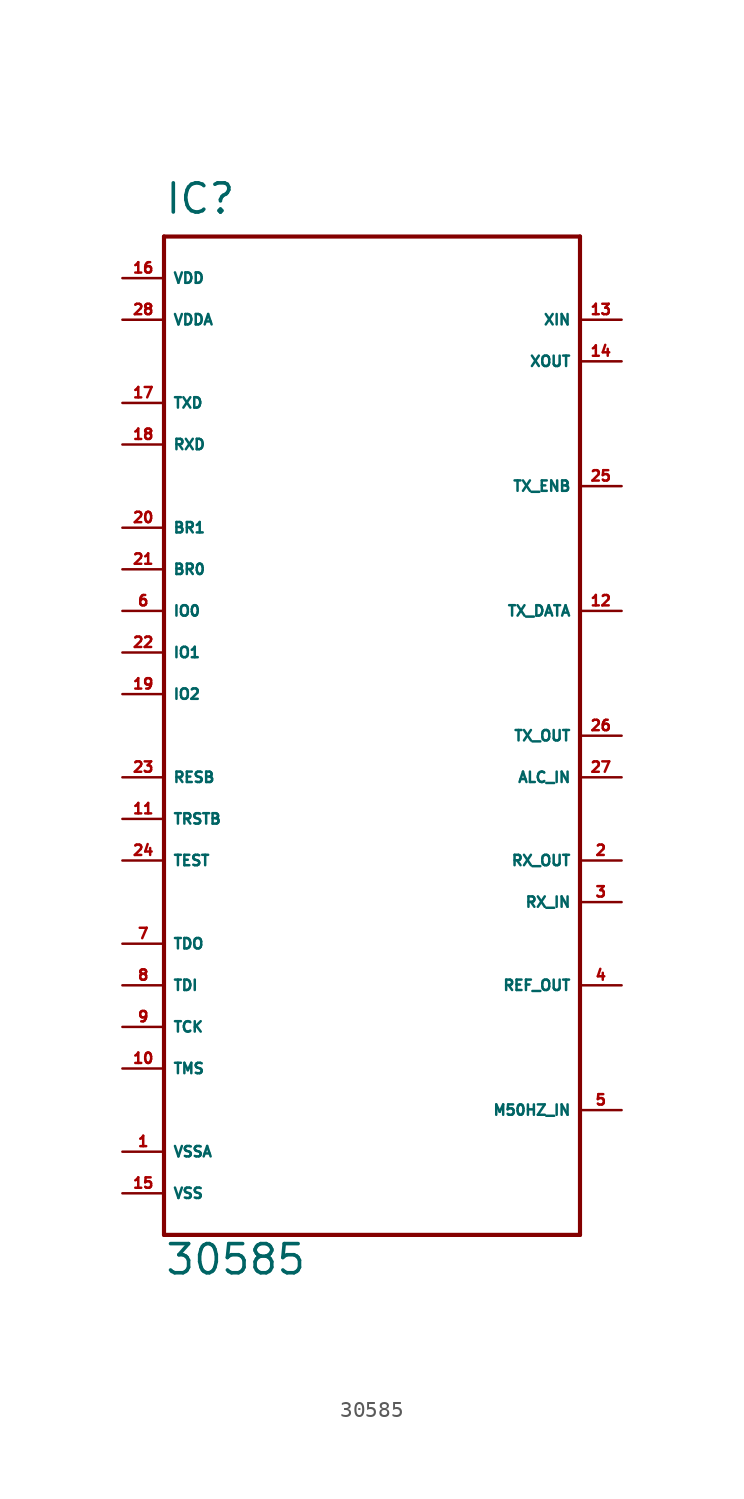
<source format=kicad_sym>
(kicad_symbol_lib
  (version 20220914)
  (generator Eagle2Kicad)
  (symbol "30585"
    (property "Reference" "IC"
      (at -12.7 31.75 0)
      (effects (font (size 1.778 1.778) (thickness 0.22)) (justify left bottom)))
    (property "Value" "30585"
      (at -12.7 -33.02 0)
      (effects (font (size 1.778 1.778) (thickness 0.22)) (justify left bottom)))
    (polyline
      (pts (xy -12.7 30.48) (xy 12.7 30.48))
      (stroke (width 0.254) (type default))
      (fill (type none)))
    (polyline
      (pts (xy 12.7 30.48) (xy 12.7 -30.48))
      (stroke (width 0.254) (type default))
      (fill (type none)))
    (polyline
      (pts (xy 12.7 -30.48) (xy -12.7 -30.48))
      (stroke (width 0.254) (type default))
      (fill (type none)))
    (polyline
      (pts (xy -12.7 -30.48) (xy -12.7 30.48))
      (stroke (width 0.254) (type default))
      (fill (type none)))
    (pin output line
      (at 15.24 0 180)
      (length 2.54)
      (name "TX_OUT" (effects (font (size 0.635 0.635) (thickness 0.08)) (justify left bottom)))
      (number "26" (effects (font (size 0.635 0.635) (thickness 0.08)) (justify left bottom))))
    (pin output line
      (at 15.24 7.62 180)
      (length 2.54)
      (name "TX_DATA" (effects (font (size 0.635 0.635) (thickness 0.08)) (justify left bottom)))
      (number "12" (effects (font (size 0.635 0.635) (thickness 0.08)) (justify left bottom))))
    (pin input line
      (at 15.24 -2.54 180)
      (length 2.54)
      (name "ALC_IN" (effects (font (size 0.635 0.635) (thickness 0.08)) (justify left bottom)))
      (number "27" (effects (font (size 0.635 0.635) (thickness 0.08)) (justify left bottom))))
    (pin input line
      (at 15.24 -7.62 180)
      (length 2.54)
      (name "RX_OUT" (effects (font (size 0.635 0.635) (thickness 0.08)) (justify left bottom)))
      (number "2" (effects (font (size 0.635 0.635) (thickness 0.08)) (justify left bottom))))
    (pin input line
      (at 15.24 -10.16 180)
      (length 2.54)
      (name "RX_IN" (effects (font (size 0.635 0.635) (thickness 0.08)) (justify left bottom)))
      (number "3" (effects (font (size 0.635 0.635) (thickness 0.08)) (justify left bottom))))
    (pin input line
      (at 15.24 -15.24 180)
      (length 2.54)
      (name "REF_OUT" (effects (font (size 0.635 0.635) (thickness 0.08)) (justify left bottom)))
      (number "4" (effects (font (size 0.635 0.635) (thickness 0.08)) (justify left bottom))))
    (pin input line
      (at 15.24 -22.86 180)
      (length 2.54)
      (name "M50HZ_IN" (effects (font (size 0.635 0.635) (thickness 0.08)) (justify left bottom)))
      (number "5" (effects (font (size 0.635 0.635) (thickness 0.08)) (justify left bottom))))
    (pin input line
      (at 15.24 25.4 180)
      (length 2.54)
      (name "XIN" (effects (font (size 0.635 0.635) (thickness 0.08)) (justify left bottom)))
      (number "13" (effects (font (size 0.635 0.635) (thickness 0.08)) (justify left bottom))))
    (pin output line
      (at 15.24 22.86 180)
      (length 2.54)
      (name "XOUT" (effects (font (size 0.635 0.635) (thickness 0.08)) (justify left bottom)))
      (number "14" (effects (font (size 0.635 0.635) (thickness 0.08)) (justify left bottom))))
    (pin output line
      (at -15.24 20.32 0)
      (length 2.54)
      (name "TXD" (effects (font (size 0.635 0.635) (thickness 0.08)) (justify left bottom)))
      (number "17" (effects (font (size 0.635 0.635) (thickness 0.08)) (justify left bottom))))
    (pin input line
      (at -15.24 17.78 0)
      (length 2.54)
      (name "RXD" (effects (font (size 0.635 0.635) (thickness 0.08)) (justify left bottom)))
      (number "18" (effects (font (size 0.635 0.635) (thickness 0.08)) (justify left bottom))))
    (pin input line
      (at -15.24 12.7 0)
      (length 2.54)
      (name "BR1" (effects (font (size 0.635 0.635) (thickness 0.08)) (justify left bottom)))
      (number "20" (effects (font (size 0.635 0.635) (thickness 0.08)) (justify left bottom))))
    (pin input line
      (at -15.24 10.16 0)
      (length 2.54)
      (name "BR0" (effects (font (size 0.635 0.635) (thickness 0.08)) (justify left bottom)))
      (number "21" (effects (font (size 0.635 0.635) (thickness 0.08)) (justify left bottom))))
    (pin input line
      (at -15.24 -2.54 0)
      (length 2.54)
      (name "RESB" (effects (font (size 0.635 0.635) (thickness 0.08)) (justify left bottom)))
      (number "23" (effects (font (size 0.635 0.635) (thickness 0.08)) (justify left bottom))))
    (pin output line
      (at -15.24 7.62 0)
      (length 2.54)
      (name "IO0" (effects (font (size 0.635 0.635) (thickness 0.08)) (justify left bottom)))
      (number "6" (effects (font (size 0.635 0.635) (thickness 0.08)) (justify left bottom))))
    (pin output line
      (at -15.24 5.08 0)
      (length 2.54)
      (name "IO1" (effects (font (size 0.635 0.635) (thickness 0.08)) (justify left bottom)))
      (number "22" (effects (font (size 0.635 0.635) (thickness 0.08)) (justify left bottom))))
    (pin output line
      (at -15.24 2.54 0)
      (length 2.54)
      (name "IO2" (effects (font (size 0.635 0.635) (thickness 0.08)) (justify left bottom)))
      (number "19" (effects (font (size 0.635 0.635) (thickness 0.08)) (justify left bottom))))
    (pin output line
      (at -15.24 -12.7 0)
      (length 2.54)
      (name "TDO" (effects (font (size 0.635 0.635) (thickness 0.08)) (justify left bottom)))
      (number "7" (effects (font (size 0.635 0.635) (thickness 0.08)) (justify left bottom))))
    (pin input line
      (at -15.24 -15.24 0)
      (length 2.54)
      (name "TDI" (effects (font (size 0.635 0.635) (thickness 0.08)) (justify left bottom)))
      (number "8" (effects (font (size 0.635 0.635) (thickness 0.08)) (justify left bottom))))
    (pin input line
      (at -15.24 -17.78 0)
      (length 2.54)
      (name "TCK" (effects (font (size 0.635 0.635) (thickness 0.08)) (justify left bottom)))
      (number "9" (effects (font (size 0.635 0.635) (thickness 0.08)) (justify left bottom))))
    (pin input line
      (at -15.24 -20.32 0)
      (length 2.54)
      (name "TMS" (effects (font (size 0.635 0.635) (thickness 0.08)) (justify left bottom)))
      (number "10" (effects (font (size 0.635 0.635) (thickness 0.08)) (justify left bottom))))
    (pin input line
      (at -15.24 -5.08 0)
      (length 2.54)
      (name "TRSTB" (effects (font (size 0.635 0.635) (thickness 0.08)) (justify left bottom)))
      (number "11" (effects (font (size 0.635 0.635) (thickness 0.08)) (justify left bottom))))
    (pin input line
      (at -15.24 -7.62 0)
      (length 2.54)
      (name "TEST" (effects (font (size 0.635 0.635) (thickness 0.08)) (justify left bottom)))
      (number "24" (effects (font (size 0.635 0.635) (thickness 0.08)) (justify left bottom))))
    (pin input line
      (at -15.24 25.4 0)
      (length 2.54)
      (name "VDDA" (effects (font (size 0.635 0.635) (thickness 0.08)) (justify left bottom)))
      (number "28" (effects (font (size 0.635 0.635) (thickness 0.08)) (justify left bottom))))
    (pin input line
      (at -15.24 -25.4 0)
      (length 2.54)
      (name "VSSA" (effects (font (size 0.635 0.635) (thickness 0.08)) (justify left bottom)))
      (number "1" (effects (font (size 0.635 0.635) (thickness 0.08)) (justify left bottom))))
    (pin input line
      (at -15.24 -27.94 0)
      (length 2.54)
      (name "VSS" (effects (font (size 0.635 0.635) (thickness 0.08)) (justify left bottom)))
      (number "15" (effects (font (size 0.635 0.635) (thickness 0.08)) (justify left bottom))))
    (pin input line
      (at -15.24 27.94 0)
      (length 2.54)
      (name "VDD" (effects (font (size 0.635 0.635) (thickness 0.08)) (justify left bottom)))
      (number "16" (effects (font (size 0.635 0.635) (thickness 0.08)) (justify left bottom))))
    (pin output line
      (at 15.24 15.24 180)
      (length 2.54)
      (name "TX_ENB" (effects (font (size 0.635 0.635) (thickness 0.08)) (justify left bottom)))
      (number "25" (effects (font (size 0.635 0.635) (thickness 0.08)) (justify left bottom))))))
</source>
